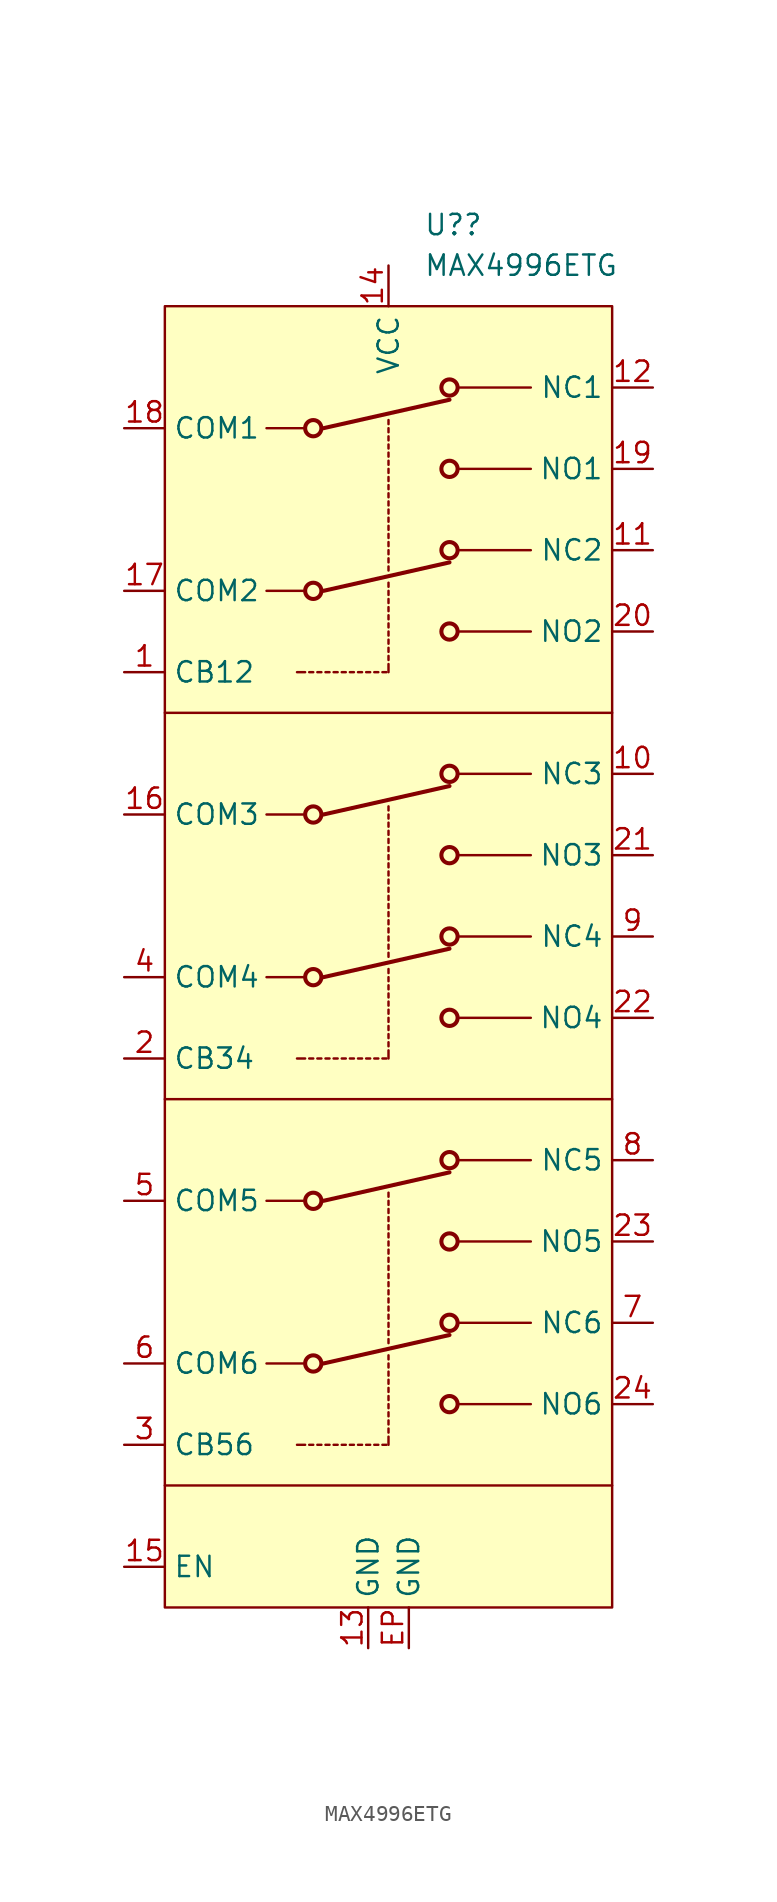
<source format=kicad_sym>
(kicad_symbol_lib
  (version 20220914)
  (generator kicad_symbol_editor)
  (symbol "MAX4996ETG"
    (property "Reference" "U?"
      (at 2.194 45.72 0)
      (effects (font (size 1.27 1.27)) (justify left)))
    (property "Value" "MAX4996ETG"
      (at 2.194 43.18 0)
      (effects (font (size 1.27 1.27)) (justify left)))
    (symbol "MAX4996ETG_0_1"
      (polyline (pts (xy -13.97 -33.02) (xy 13.97 -33.02)) (stroke (width 0) (type default)) (fill (type none)))
      (polyline (pts (xy -13.97 -8.89) (xy 13.97 -8.89)) (stroke (width 0) (type default)) (fill (type none)))
      (polyline (pts (xy -13.97 15.24) (xy 13.97 15.24)) (stroke (width 0) (type default)) (fill (type none))))
    (symbol "MAX4996ETG_1_1"
      (rectangle (start -13.97 40.64) (end 13.97 -40.64) (stroke (width 0) (type default)) (fill (type background)))
      (circle (center -4.699 -25.4) (radius 0.508) (stroke (width 0.254) (type default)) (fill (type none)))
      (circle (center -4.699 -15.24) (radius 0.508) (stroke (width 0.254) (type default)) (fill (type none)))
      (circle (center -4.699 -1.27) (radius 0.508) (stroke (width 0.254) (type default)) (fill (type none)))
      (circle (center -4.699 8.89) (radius 0.508) (stroke (width 0.254) (type default)) (fill (type none)))
      (circle (center -4.699 22.86) (radius 0.508) (stroke (width 0.254) (type default)) (fill (type none)))
      (circle (center -4.699 33.02) (radius 0.508) (stroke (width 0.254) (type default)) (fill (type none)))
      (polyline (pts (xy -7.62 -25.4) (xy -5.334 -25.4)) (stroke (width 0) (type default)) (fill (type none)))
      (polyline (pts (xy -7.62 -15.24) (xy -5.334 -15.24)) (stroke (width 0) (type default)) (fill (type none)))
      (polyline (pts (xy -7.62 -1.27) (xy -5.334 -1.27)) (stroke (width 0) (type default)) (fill (type none)))
      (polyline (pts (xy -7.62 8.89) (xy -5.334 8.89)) (stroke (width 0) (type default)) (fill (type none)))
      (polyline (pts (xy -7.62 22.86) (xy -5.334 22.86)) (stroke (width 0) (type default)) (fill (type none)))
      (polyline (pts (xy -7.62 33.02) (xy -5.334 33.02)) (stroke (width 0) (type default)) (fill (type none)))
      (polyline (pts (xy -5.715 -30.48) (xy -5.207 -30.48)) (stroke (width 0) (type default)) (fill (type none)))
      (polyline (pts (xy -5.715 -6.35) (xy -5.207 -6.35)) (stroke (width 0) (type default)) (fill (type none)))
      (polyline (pts (xy -5.715 17.78) (xy -5.207 17.78)) (stroke (width 0) (type default)) (fill (type none)))
      (polyline (pts (xy -4.953 -30.48) (xy -4.699 -30.48)) (stroke (width 0) (type default)) (fill (type none)))
      (polyline (pts (xy -4.953 -6.35) (xy -4.699 -6.35)) (stroke (width 0) (type default)) (fill (type none)))
      (polyline (pts (xy -4.953 17.78) (xy -4.699 17.78)) (stroke (width 0) (type default)) (fill (type none)))
      (polyline (pts (xy -4.445 -30.48) (xy -4.191 -30.48)) (stroke (width 0) (type default)) (fill (type none)))
      (polyline (pts (xy -4.445 -6.35) (xy -4.191 -6.35)) (stroke (width 0) (type default)) (fill (type none)))
      (polyline (pts (xy -4.445 17.78) (xy -4.191 17.78)) (stroke (width 0) (type default)) (fill (type none)))
      (polyline (pts (xy -3.937 -30.48) (xy -3.683 -30.48)) (stroke (width 0) (type default)) (fill (type none)))
      (polyline (pts (xy -3.937 -6.35) (xy -3.683 -6.35)) (stroke (width 0) (type default)) (fill (type none)))
      (polyline (pts (xy -3.937 17.78) (xy -3.683 17.78)) (stroke (width 0) (type default)) (fill (type none)))
      (polyline (pts (xy -3.429 -30.48) (xy -3.175 -30.48)) (stroke (width 0) (type default)) (fill (type none)))
      (polyline (pts (xy -3.429 -6.35) (xy -3.175 -6.35)) (stroke (width 0) (type default)) (fill (type none)))
      (polyline (pts (xy -3.429 17.78) (xy -3.175 17.78)) (stroke (width 0) (type default)) (fill (type none)))
      (polyline (pts (xy -2.921 -30.48) (xy -2.667 -30.48)) (stroke (width 0) (type default)) (fill (type none)))
      (polyline (pts (xy -2.921 -6.35) (xy -2.667 -6.35)) (stroke (width 0) (type default)) (fill (type none)))
      (polyline (pts (xy -2.921 17.78) (xy -2.667 17.78)) (stroke (width 0) (type default)) (fill (type none)))
      (polyline (pts (xy -2.413 -30.48) (xy -2.159 -30.48)) (stroke (width 0) (type default)) (fill (type none)))
      (polyline (pts (xy -2.413 -6.35) (xy -2.159 -6.35)) (stroke (width 0) (type default)) (fill (type none)))
      (polyline (pts (xy -2.413 17.78) (xy -2.159 17.78)) (stroke (width 0) (type default)) (fill (type none)))
      (polyline (pts (xy -1.905 -30.48) (xy -1.651 -30.48)) (stroke (width 0) (type default)) (fill (type none)))
      (polyline (pts (xy -1.905 -6.35) (xy -1.651 -6.35)) (stroke (width 0) (type default)) (fill (type none)))
      (polyline (pts (xy -1.905 17.78) (xy -1.651 17.78)) (stroke (width 0) (type default)) (fill (type none)))
      (polyline (pts (xy -1.397 -30.48) (xy -1.143 -30.48)) (stroke (width 0) (type default)) (fill (type none)))
      (polyline (pts (xy -1.397 -6.35) (xy -1.143 -6.35)) (stroke (width 0) (type default)) (fill (type none)))
      (polyline (pts (xy -1.397 17.78) (xy -1.143 17.78)) (stroke (width 0) (type default)) (fill (type none)))
      (polyline (pts (xy -0.889 -30.48) (xy -0.635 -30.48)) (stroke (width 0) (type default)) (fill (type none)))
      (polyline (pts (xy -0.889 -6.35) (xy -0.635 -6.35)) (stroke (width 0) (type default)) (fill (type none)))
      (polyline (pts (xy -0.889 17.78) (xy -0.635 17.78)) (stroke (width 0) (type default)) (fill (type none)))
      (polyline (pts (xy -0.381 -30.48) (xy -0.127 -30.48)) (stroke (width 0) (type default)) (fill (type none)))
      (polyline (pts (xy -0.381 -6.35) (xy -0.127 -6.35)) (stroke (width 0) (type default)) (fill (type none)))
      (polyline (pts (xy -0.381 17.78) (xy -0.127 17.78)) (stroke (width 0) (type default)) (fill (type none)))
      (polyline (pts (xy 0 -30.48) (xy 0 -29.972)) (stroke (width 0) (type default)) (fill (type none)))
      (polyline (pts (xy 0 -29.718) (xy 0 -29.464)) (stroke (width 0) (type default)) (fill (type none)))
      (polyline (pts (xy 0 -29.21) (xy 0 -28.956)) (stroke (width 0) (type default)) (fill (type none)))
      (polyline (pts (xy 0 -28.702) (xy 0 -28.448)) (stroke (width 0) (type default)) (fill (type none)))
      (polyline (pts (xy 0 -28.194) (xy 0 -27.94)) (stroke (width 0) (type default)) (fill (type none)))
      (polyline (pts (xy 0 -27.686) (xy 0 -27.432)) (stroke (width 0) (type default)) (fill (type none)))
      (polyline (pts (xy 0 -27.178) (xy 0 -26.924)) (stroke (width 0) (type default)) (fill (type none)))
      (polyline (pts (xy 0 -26.67) (xy 0 -26.416)) (stroke (width 0) (type default)) (fill (type none)))
      (polyline (pts (xy 0 -26.162) (xy 0 -25.908)) (stroke (width 0) (type default)) (fill (type none)))
      (polyline (pts (xy 0 -25.654) (xy 0 -25.4)) (stroke (width 0) (type default)) (fill (type none)))
      (polyline (pts (xy 0 -25.146) (xy 0 -24.892)) (stroke (width 0) (type default)) (fill (type none)))
      (polyline (pts (xy 0 -24.13) (xy 0 -23.876)) (stroke (width 0) (type default)) (fill (type none)))
      (polyline (pts (xy 0 -23.622) (xy 0 -23.368)) (stroke (width 0) (type default)) (fill (type none)))
      (polyline (pts (xy 0 -23.114) (xy 0 -22.86)) (stroke (width 0) (type default)) (fill (type none)))
      (polyline (pts (xy 0 -22.606) (xy 0 -22.352)) (stroke (width 0) (type default)) (fill (type none)))
      (polyline (pts (xy 0 -22.098) (xy 0 -21.844)) (stroke (width 0) (type default)) (fill (type none)))
      (polyline (pts (xy 0 -21.59) (xy 0 -21.336)) (stroke (width 0) (type default)) (fill (type none)))
      (polyline (pts (xy 0 -21.082) (xy 0 -20.828)) (stroke (width 0) (type default)) (fill (type none)))
      (polyline (pts (xy 0 -20.574) (xy 0 -20.32)) (stroke (width 0) (type default)) (fill (type none)))
      (polyline (pts (xy 0 -20.066) (xy 0 -19.812)) (stroke (width 0) (type default)) (fill (type none)))
      (polyline (pts (xy 0 -19.558) (xy 0 -19.304)) (stroke (width 0) (type default)) (fill (type none)))
      (polyline (pts (xy 0 -19.05) (xy 0 -18.796)) (stroke (width 0) (type default)) (fill (type none)))
      (polyline (pts (xy 0 -18.542) (xy 0 -18.288)) (stroke (width 0) (type default)) (fill (type none)))
      (polyline (pts (xy 0 -18.034) (xy 0 -17.78)) (stroke (width 0) (type default)) (fill (type none)))
      (polyline (pts (xy 0 -17.526) (xy 0 -17.272)) (stroke (width 0) (type default)) (fill (type none)))
      (polyline (pts (xy 0 -17.018) (xy 0 -16.764)) (stroke (width 0) (type default)) (fill (type none)))
      (polyline (pts (xy 0 -16.51) (xy 0 -16.256)) (stroke (width 0) (type default)) (fill (type none)))
      (polyline (pts (xy 0 -16.002) (xy 0 -15.748)) (stroke (width 0) (type default)) (fill (type none)))
      (polyline (pts (xy 0 -15.494) (xy 0 -15.24)) (stroke (width 0) (type default)) (fill (type none)))
      (polyline (pts (xy 0 -14.986) (xy 0 -14.732)) (stroke (width 0) (type default)) (fill (type none)))
      (polyline (pts (xy 0 -6.35) (xy 0 -5.842)) (stroke (width 0) (type default)) (fill (type none)))
      (polyline (pts (xy 0 -5.588) (xy 0 -5.334)) (stroke (width 0) (type default)) (fill (type none)))
      (polyline (pts (xy 0 -5.08) (xy 0 -4.826)) (stroke (width 0) (type default)) (fill (type none)))
      (polyline (pts (xy 0 -4.572) (xy 0 -4.318)) (stroke (width 0) (type default)) (fill (type none)))
      (polyline (pts (xy 0 -4.064) (xy 0 -3.81)) (stroke (width 0) (type default)) (fill (type none)))
      (polyline (pts (xy 0 -3.556) (xy 0 -3.302)) (stroke (width 0) (type default)) (fill (type none)))
      (polyline (pts (xy 0 -3.048) (xy 0 -2.794)) (stroke (width 0) (type default)) (fill (type none)))
      (polyline (pts (xy 0 -2.54) (xy 0 -2.286)) (stroke (width 0) (type default)) (fill (type none)))
      (polyline (pts (xy 0 -2.032) (xy 0 -1.778)) (stroke (width 0) (type default)) (fill (type none)))
      (polyline (pts (xy 0 -1.524) (xy 0 -1.27)) (stroke (width 0) (type default)) (fill (type none)))
      (polyline (pts (xy 0 -1.016) (xy 0 -0.762)) (stroke (width 0) (type default)) (fill (type none)))
      (polyline (pts (xy 0 0) (xy 0 0.254)) (stroke (width 0) (type default)) (fill (type none)))
      (polyline (pts (xy 0 0.508) (xy 0 0.762)) (stroke (width 0) (type default)) (fill (type none)))
      (polyline (pts (xy 0 1.016) (xy 0 1.27)) (stroke (width 0) (type default)) (fill (type none)))
      (polyline (pts (xy 0 1.524) (xy 0 1.778)) (stroke (width 0) (type default)) (fill (type none)))
      (polyline (pts (xy 0 2.032) (xy 0 2.286)) (stroke (width 0) (type default)) (fill (type none)))
      (polyline (pts (xy 0 2.54) (xy 0 2.794)) (stroke (width 0) (type default)) (fill (type none)))
      (polyline (pts (xy 0 3.048) (xy 0 3.302)) (stroke (width 0) (type default)) (fill (type none)))
      (polyline (pts (xy 0 3.556) (xy 0 3.81)) (stroke (width 0) (type default)) (fill (type none)))
      (polyline (pts (xy 0 4.064) (xy 0 4.318)) (stroke (width 0) (type default)) (fill (type none)))
      (polyline (pts (xy 0 4.572) (xy 0 4.826)) (stroke (width 0) (type default)) (fill (type none)))
      (polyline (pts (xy 0 5.08) (xy 0 5.334)) (stroke (width 0) (type default)) (fill (type none)))
      (polyline (pts (xy 0 5.588) (xy 0 5.842)) (stroke (width 0) (type default)) (fill (type none)))
      (polyline (pts (xy 0 6.096) (xy 0 6.35)) (stroke (width 0) (type default)) (fill (type none)))
      (polyline (pts (xy 0 6.604) (xy 0 6.858)) (stroke (width 0) (type default)) (fill (type none)))
      (polyline (pts (xy 0 7.112) (xy 0 7.366)) (stroke (width 0) (type default)) (fill (type none)))
      (polyline (pts (xy 0 7.62) (xy 0 7.874)) (stroke (width 0) (type default)) (fill (type none)))
      (polyline (pts (xy 0 8.128) (xy 0 8.382)) (stroke (width 0) (type default)) (fill (type none)))
      (polyline (pts (xy 0 8.636) (xy 0 8.89)) (stroke (width 0) (type default)) (fill (type none)))
      (polyline (pts (xy 0 9.144) (xy 0 9.398)) (stroke (width 0) (type default)) (fill (type none)))
      (polyline (pts (xy 0 17.78) (xy 0 18.288)) (stroke (width 0) (type default)) (fill (type none)))
      (polyline (pts (xy 0 18.542) (xy 0 18.796)) (stroke (width 0) (type default)) (fill (type none)))
      (polyline (pts (xy 0 19.05) (xy 0 19.304)) (stroke (width 0) (type default)) (fill (type none)))
      (polyline (pts (xy 0 19.558) (xy 0 19.812)) (stroke (width 0) (type default)) (fill (type none)))
      (polyline (pts (xy 0 20.066) (xy 0 20.32)) (stroke (width 0) (type default)) (fill (type none)))
      (polyline (pts (xy 0 20.574) (xy 0 20.828)) (stroke (width 0) (type default)) (fill (type none)))
      (polyline (pts (xy 0 21.082) (xy 0 21.336)) (stroke (width 0) (type default)) (fill (type none)))
      (polyline (pts (xy 0 21.59) (xy 0 21.844)) (stroke (width 0) (type default)) (fill (type none)))
      (polyline (pts (xy 0 22.098) (xy 0 22.352)) (stroke (width 0) (type default)) (fill (type none)))
      (polyline (pts (xy 0 22.606) (xy 0 22.86)) (stroke (width 0) (type default)) (fill (type none)))
      (polyline (pts (xy 0 23.114) (xy 0 23.368)) (stroke (width 0) (type default)) (fill (type none)))
      (polyline (pts (xy 0 24.13) (xy 0 24.384)) (stroke (width 0) (type default)) (fill (type none)))
      (polyline (pts (xy 0 24.638) (xy 0 24.892)) (stroke (width 0) (type default)) (fill (type none)))
      (polyline (pts (xy 0 25.146) (xy 0 25.4)) (stroke (width 0) (type default)) (fill (type none)))
      (polyline (pts (xy 0 25.654) (xy 0 25.908)) (stroke (width 0) (type default)) (fill (type none)))
      (polyline (pts (xy 0 26.162) (xy 0 26.416)) (stroke (width 0) (type default)) (fill (type none)))
      (polyline (pts (xy 0 26.67) (xy 0 26.924)) (stroke (width 0) (type default)) (fill (type none)))
      (polyline (pts (xy 0 27.178) (xy 0 27.432)) (stroke (width 0) (type default)) (fill (type none)))
      (polyline (pts (xy 0 27.686) (xy 0 27.94)) (stroke (width 0) (type default)) (fill (type none)))
      (polyline (pts (xy 0 28.194) (xy 0 28.448)) (stroke (width 0) (type default)) (fill (type none)))
      (polyline (pts (xy 0 28.702) (xy 0 28.956)) (stroke (width 0) (type default)) (fill (type none)))
      (polyline (pts (xy 0 29.21) (xy 0 29.464)) (stroke (width 0) (type default)) (fill (type none)))
      (polyline (pts (xy 0 29.718) (xy 0 29.972)) (stroke (width 0) (type default)) (fill (type none)))
      (polyline (pts (xy 0 30.226) (xy 0 30.48)) (stroke (width 0) (type default)) (fill (type none)))
      (polyline (pts (xy 0 30.734) (xy 0 30.988)) (stroke (width 0) (type default)) (fill (type none)))
      (polyline (pts (xy 0 31.242) (xy 0 31.496)) (stroke (width 0) (type default)) (fill (type none)))
      (polyline (pts (xy 0 31.75) (xy 0 32.004)) (stroke (width 0) (type default)) (fill (type none)))
      (polyline (pts (xy 0 32.258) (xy 0 32.512)) (stroke (width 0) (type default)) (fill (type none)))
      (polyline (pts (xy 0 32.766) (xy 0 33.02)) (stroke (width 0) (type default)) (fill (type none)))
      (polyline (pts (xy 0 33.274) (xy 0 33.528)) (stroke (width 0) (type default)) (fill (type none)))
      (polyline (pts (xy 3.81 -23.622) (xy -4.064 -25.4)) (stroke (width 0.254) (type default)) (fill (type none)))
      (polyline (pts (xy 3.81 -13.462) (xy -4.064 -15.24)) (stroke (width 0.254) (type default)) (fill (type none)))
      (polyline (pts (xy 3.81 0.508) (xy -4.064 -1.27)) (stroke (width 0.254) (type default)) (fill (type none)))
      (polyline (pts (xy 3.81 10.668) (xy -4.064 8.89)) (stroke (width 0.254) (type default)) (fill (type none)))
      (polyline (pts (xy 3.81 24.638) (xy -4.064 22.86)) (stroke (width 0.254) (type default)) (fill (type none)))
      (polyline (pts (xy 3.81 34.798) (xy -4.064 33.02)) (stroke (width 0.254) (type default)) (fill (type none)))
      (polyline (pts (xy 8.89 -27.94) (xy 4.445 -27.94)) (stroke (width 0) (type default)) (fill (type none)))
      (polyline (pts (xy 8.89 -22.86) (xy 4.445 -22.86)) (stroke (width 0) (type default)) (fill (type none)))
      (polyline (pts (xy 8.89 -17.78) (xy 4.445 -17.78)) (stroke (width 0) (type default)) (fill (type none)))
      (polyline (pts (xy 8.89 -12.7) (xy 4.445 -12.7)) (stroke (width 0) (type default)) (fill (type none)))
      (polyline (pts (xy 8.89 -3.81) (xy 4.445 -3.81)) (stroke (width 0) (type default)) (fill (type none)))
      (polyline (pts (xy 8.89 1.27) (xy 4.445 1.27)) (stroke (width 0) (type default)) (fill (type none)))
      (polyline (pts (xy 8.89 6.35) (xy 4.445 6.35)) (stroke (width 0) (type default)) (fill (type none)))
      (polyline (pts (xy 8.89 11.43) (xy 4.445 11.43)) (stroke (width 0) (type default)) (fill (type none)))
      (polyline (pts (xy 8.89 20.32) (xy 4.445 20.32)) (stroke (width 0) (type default)) (fill (type none)))
      (polyline (pts (xy 8.89 25.4) (xy 4.445 25.4)) (stroke (width 0) (type default)) (fill (type none)))
      (polyline (pts (xy 8.89 30.48) (xy 4.445 30.48)) (stroke (width 0) (type default)) (fill (type none)))
      (polyline (pts (xy 8.89 35.56) (xy 4.445 35.56)) (stroke (width 0) (type default)) (fill (type none)))
      (circle (center 3.81 -27.94) (radius 0.508) (stroke (width 0.254) (type default)) (fill (type none)))
      (circle (center 3.81 -22.86) (radius 0.508) (stroke (width 0.254) (type default)) (fill (type none)))
      (circle (center 3.81 -17.78) (radius 0.508) (stroke (width 0.254) (type default)) (fill (type none)))
      (circle (center 3.81 -12.7) (radius 0.508) (stroke (width 0.254) (type default)) (fill (type none)))
      (circle (center 3.81 -3.81) (radius 0.508) (stroke (width 0.254) (type default)) (fill (type none)))
      (circle (center 3.81 1.27) (radius 0.508) (stroke (width 0.254) (type default)) (fill (type none)))
      (circle (center 3.81 6.35) (radius 0.508) (stroke (width 0.254) (type default)) (fill (type none)))
      (circle (center 3.81 11.43) (radius 0.508) (stroke (width 0.254) (type default)) (fill (type none)))
      (circle (center 3.81 20.32) (radius 0.508) (stroke (width 0.254) (type default)) (fill (type none)))
      (circle (center 3.81 25.4) (radius 0.508) (stroke (width 0.254) (type default)) (fill (type none)))
      (circle (center 3.81 30.48) (radius 0.508) (stroke (width 0.254) (type default)) (fill (type none)))
      (circle (center 3.81 35.56) (radius 0.508) (stroke (width 0.254) (type default)) (fill (type none)))
      (pin input line (at -16.51 17.78 0) (length 2.54) (name "CB12" (effects (font (size 1.27 1.27)))) (number "1" (effects (font (size 1.27 1.27)))))
      (pin passive line (at 16.51 11.43 180) (length 2.54) (name "NC3" (effects (font (size 1.27 1.27)))) (number "10" (effects (font (size 1.27 1.27)))))
      (pin passive line (at 16.51 25.4 180) (length 2.54) (name "NC2" (effects (font (size 1.27 1.27)))) (number "11" (effects (font (size 1.27 1.27)))))
      (pin passive line (at 16.51 35.56 180) (length 2.54) (name "NC1" (effects (font (size 1.27 1.27)))) (number "12" (effects (font (size 1.27 1.27)))))
      (pin power_in line (at -1.27 -43.18 90) (length 2.54) (name "GND" (effects (font (size 1.27 1.27)))) (number "13" (effects (font (size 1.27 1.27)))))
      (pin power_in line (at 0 43.18 270) (length 2.54) (name "VCC" (effects (font (size 1.27 1.27)))) (number "14" (effects (font (size 1.27 1.27)))))
      (pin input line (at -16.51 -38.1 0) (length 2.54) (name "EN" (effects (font (size 1.27 1.27)))) (number "15" (effects (font (size 1.27 1.27)))))
      (pin passive line (at -16.51 8.89 0) (length 2.54) (name "COM3" (effects (font (size 1.27 1.27)))) (number "16" (effects (font (size 1.27 1.27)))))
      (pin passive line (at -16.51 22.86 0) (length 2.54) (name "COM2" (effects (font (size 1.27 1.27)))) (number "17" (effects (font (size 1.27 1.27)))))
      (pin passive line (at -16.51 33.02 0) (length 2.54) (name "COM1" (effects (font (size 1.27 1.27)))) (number "18" (effects (font (size 1.27 1.27)))))
      (pin passive line (at 16.51 30.48 180) (length 2.54) (name "NO1" (effects (font (size 1.27 1.27)))) (number "19" (effects (font (size 1.27 1.27)))))
      (pin input line (at -16.51 -6.35 0) (length 2.54) (name "CB34" (effects (font (size 1.27 1.27)))) (number "2" (effects (font (size 1.27 1.27)))))
      (pin passive line (at 16.51 20.32 180) (length 2.54) (name "NO2" (effects (font (size 1.27 1.27)))) (number "20" (effects (font (size 1.27 1.27)))))
      (pin passive line (at 16.51 6.35 180) (length 2.54) (name "NO3" (effects (font (size 1.27 1.27)))) (number "21" (effects (font (size 1.27 1.27)))))
      (pin passive line (at 16.51 -3.81 180) (length 2.54) (name "NO4" (effects (font (size 1.27 1.27)))) (number "22" (effects (font (size 1.27 1.27)))))
      (pin passive line (at 16.51 -17.78 180) (length 2.54) (name "NO5" (effects (font (size 1.27 1.27)))) (number "23" (effects (font (size 1.27 1.27)))))
      (pin passive line (at 16.51 -27.94 180) (length 2.54) (name "NO6" (effects (font (size 1.27 1.27)))) (number "24" (effects (font (size 1.27 1.27)))))
      (pin input line (at -16.51 -30.48 0) (length 2.54) (name "CB56" (effects (font (size 1.27 1.27)))) (number "3" (effects (font (size 1.27 1.27)))))
      (pin passive line (at -16.51 -1.27 0) (length 2.54) (name "COM4" (effects (font (size 1.27 1.27)))) (number "4" (effects (font (size 1.27 1.27)))))
      (pin passive line (at -16.51 -15.24 0) (length 2.54) (name "COM5" (effects (font (size 1.27 1.27)))) (number "5" (effects (font (size 1.27 1.27)))))
      (pin passive line (at -16.51 -25.4 0) (length 2.54) (name "COM6" (effects (font (size 1.27 1.27)))) (number "6" (effects (font (size 1.27 1.27)))))
      (pin passive line (at 16.51 -22.86 180) (length 2.54) (name "NC6" (effects (font (size 1.27 1.27)))) (number "7" (effects (font (size 1.27 1.27)))))
      (pin passive line (at 16.51 -12.7 180) (length 2.54) (name "NC5" (effects (font (size 1.27 1.27)))) (number "8" (effects (font (size 1.27 1.27)))))
      (pin passive line (at 16.51 1.27 180) (length 2.54) (name "NC4" (effects (font (size 1.27 1.27)))) (number "9" (effects (font (size 1.27 1.27)))))
      (pin power_in line (at 1.27 -43.18 90) (length 2.54) (name "GND" (effects (font (size 1.27 1.27)))) (number "EP" (effects (font (size 1.27 1.27))))))))
</source>
